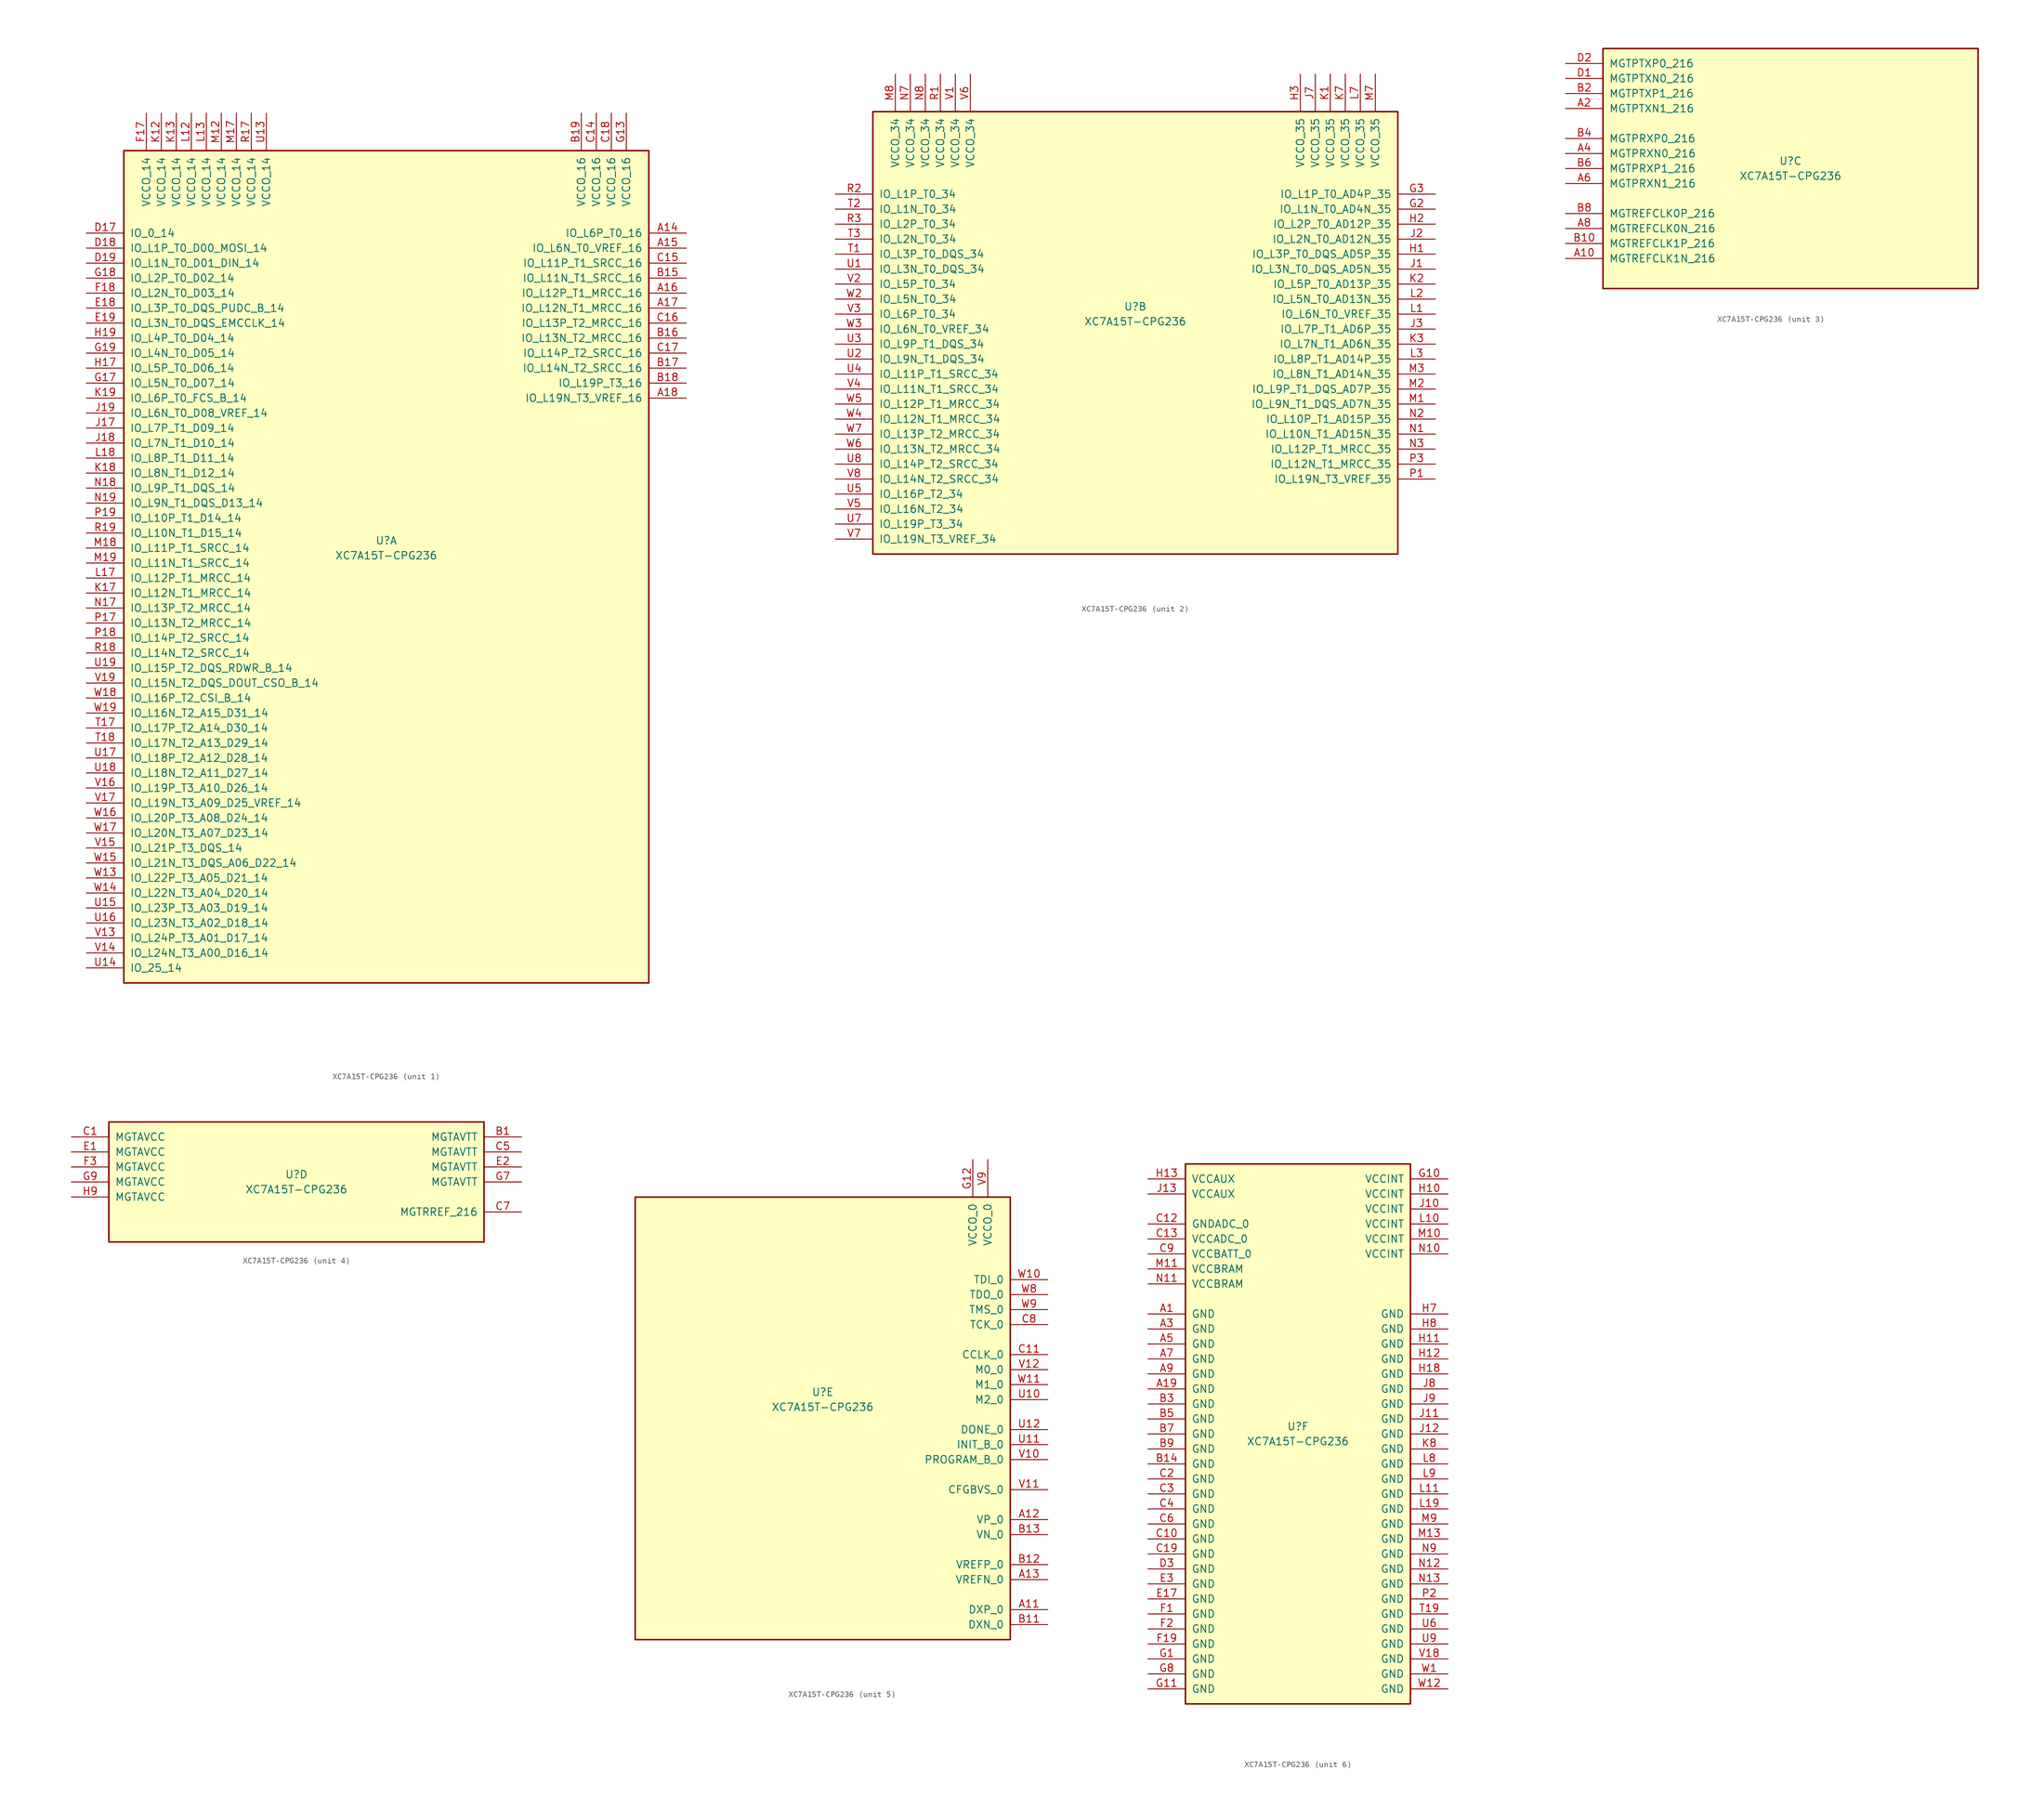
<source format=kicad_sym>
(kicad_symbol_lib
  (version 20201005)
  (generator kicad_symbol_editor)
  (symbol "XC7A15T-CPG236"
    (pin_names
      (offset 1.016))
    (property "Reference" "U"
      (at 0 1.27 0)
      (effects (font (size 1.27 1.27))))
    (property "Value" "XC7A15T-CPG236"
      (at 0 -1.27 0)
      (effects (font (size 1.27 1.27))))
    (property "Datasheet" ""
      (at 0 0 0)
      (effects (font (size 1.27 1.27))))
    (property "ki_locked" ""
      (at 0 0 0)
      (effects (font (size 1.27 1.27))))
    (symbol "XC7A15T-CPG236_1_1"
      (rectangle (start -44.45 67.31) (end 44.45 -73.66) (stroke (width 0.254)) (fill (type background)))
      (pin bidirectional line (at 50.8 53.34 180) (length 6.35) (name "IO_L6P_T0_16" (effects (font (size 1.27 1.27)))) (number "A14" (effects (font (size 1.27 1.27)))))
      (pin bidirectional line (at 50.8 50.8 180) (length 6.35) (name "IO_L6N_T0_VREF_16" (effects (font (size 1.27 1.27)))) (number "A15" (effects (font (size 1.27 1.27)))))
      (pin bidirectional line (at 50.8 43.18 180) (length 6.35) (name "IO_L12P_T1_MRCC_16" (effects (font (size 1.27 1.27)))) (number "A16" (effects (font (size 1.27 1.27)))))
      (pin bidirectional line (at 50.8 40.64 180) (length 6.35) (name "IO_L12N_T1_MRCC_16" (effects (font (size 1.27 1.27)))) (number "A17" (effects (font (size 1.27 1.27)))))
      (pin bidirectional line (at 50.8 25.4 180) (length 6.35) (name "IO_L19N_T3_VREF_16" (effects (font (size 1.27 1.27)))) (number "A18" (effects (font (size 1.27 1.27)))))
      (pin bidirectional line (at 50.8 45.72 180) (length 6.35) (name "IO_L11N_T1_SRCC_16" (effects (font (size 1.27 1.27)))) (number "B15" (effects (font (size 1.27 1.27)))))
      (pin bidirectional line (at 50.8 35.56 180) (length 6.35) (name "IO_L13N_T2_MRCC_16" (effects (font (size 1.27 1.27)))) (number "B16" (effects (font (size 1.27 1.27)))))
      (pin bidirectional line (at 50.8 30.48 180) (length 6.35) (name "IO_L14N_T2_SRCC_16" (effects (font (size 1.27 1.27)))) (number "B17" (effects (font (size 1.27 1.27)))))
      (pin bidirectional line (at 50.8 27.94 180) (length 6.35) (name "IO_L19P_T3_16" (effects (font (size 1.27 1.27)))) (number "B18" (effects (font (size 1.27 1.27)))))
      (pin power_in line (at 33.02 73.66 270) (length 6.35) (name "VCCO_16" (effects (font (size 1.27 1.27)))) (number "B19" (effects (font (size 1.27 1.27)))))
      (pin power_in line (at 35.56 73.66 270) (length 6.35) (name "VCCO_16" (effects (font (size 1.27 1.27)))) (number "C14" (effects (font (size 1.27 1.27)))))
      (pin bidirectional line (at 50.8 48.26 180) (length 6.35) (name "IO_L11P_T1_SRCC_16" (effects (font (size 1.27 1.27)))) (number "C15" (effects (font (size 1.27 1.27)))))
      (pin bidirectional line (at 50.8 38.1 180) (length 6.35) (name "IO_L13P_T2_MRCC_16" (effects (font (size 1.27 1.27)))) (number "C16" (effects (font (size 1.27 1.27)))))
      (pin bidirectional line (at 50.8 33.02 180) (length 6.35) (name "IO_L14P_T2_SRCC_16" (effects (font (size 1.27 1.27)))) (number "C17" (effects (font (size 1.27 1.27)))))
      (pin power_in line (at 38.1 73.66 270) (length 6.35) (name "VCCO_16" (effects (font (size 1.27 1.27)))) (number "C18" (effects (font (size 1.27 1.27)))))
      (pin bidirectional line (at -50.8 53.34 0) (length 6.35) (name "IO_0_14" (effects (font (size 1.27 1.27)))) (number "D17" (effects (font (size 1.27 1.27)))))
      (pin bidirectional line (at -50.8 50.8 0) (length 6.35) (name "IO_L1P_T0_D00_MOSI_14" (effects (font (size 1.27 1.27)))) (number "D18" (effects (font (size 1.27 1.27)))))
      (pin bidirectional line (at -50.8 48.26 0) (length 6.35) (name "IO_L1N_T0_D01_DIN_14" (effects (font (size 1.27 1.27)))) (number "D19" (effects (font (size 1.27 1.27)))))
      (pin bidirectional line (at -50.8 40.64 0) (length 6.35) (name "IO_L3P_T0_DQS_PUDC_B_14" (effects (font (size 1.27 1.27)))) (number "E18" (effects (font (size 1.27 1.27)))))
      (pin bidirectional line (at -50.8 38.1 0) (length 6.35) (name "IO_L3N_T0_DQS_EMCCLK_14" (effects (font (size 1.27 1.27)))) (number "E19" (effects (font (size 1.27 1.27)))))
      (pin power_in line (at -40.64 73.66 270) (length 6.35) (name "VCCO_14" (effects (font (size 1.27 1.27)))) (number "F17" (effects (font (size 1.27 1.27)))))
      (pin bidirectional line (at -50.8 43.18 0) (length 6.35) (name "IO_L2N_T0_D03_14" (effects (font (size 1.27 1.27)))) (number "F18" (effects (font (size 1.27 1.27)))))
      (pin power_in line (at 40.64 73.66 270) (length 6.35) (name "VCCO_16" (effects (font (size 1.27 1.27)))) (number "G13" (effects (font (size 1.27 1.27)))))
      (pin bidirectional line (at -50.8 27.94 0) (length 6.35) (name "IO_L5N_T0_D07_14" (effects (font (size 1.27 1.27)))) (number "G17" (effects (font (size 1.27 1.27)))))
      (pin bidirectional line (at -50.8 45.72 0) (length 6.35) (name "IO_L2P_T0_D02_14" (effects (font (size 1.27 1.27)))) (number "G18" (effects (font (size 1.27 1.27)))))
      (pin bidirectional line (at -50.8 33.02 0) (length 6.35) (name "IO_L4N_T0_D05_14" (effects (font (size 1.27 1.27)))) (number "G19" (effects (font (size 1.27 1.27)))))
      (pin bidirectional line (at -50.8 30.48 0) (length 6.35) (name "IO_L5P_T0_D06_14" (effects (font (size 1.27 1.27)))) (number "H17" (effects (font (size 1.27 1.27)))))
      (pin bidirectional line (at -50.8 35.56 0) (length 6.35) (name "IO_L4P_T0_D04_14" (effects (font (size 1.27 1.27)))) (number "H19" (effects (font (size 1.27 1.27)))))
      (pin bidirectional line (at -50.8 20.32 0) (length 6.35) (name "IO_L7P_T1_D09_14" (effects (font (size 1.27 1.27)))) (number "J17" (effects (font (size 1.27 1.27)))))
      (pin bidirectional line (at -50.8 17.78 0) (length 6.35) (name "IO_L7N_T1_D10_14" (effects (font (size 1.27 1.27)))) (number "J18" (effects (font (size 1.27 1.27)))))
      (pin bidirectional line (at -50.8 22.86 0) (length 6.35) (name "IO_L6N_T0_D08_VREF_14" (effects (font (size 1.27 1.27)))) (number "J19" (effects (font (size 1.27 1.27)))))
      (pin power_in line (at -38.1 73.66 270) (length 6.35) (name "VCCO_14" (effects (font (size 1.27 1.27)))) (number "K12" (effects (font (size 1.27 1.27)))))
      (pin power_in line (at -35.56 73.66 270) (length 6.35) (name "VCCO_14" (effects (font (size 1.27 1.27)))) (number "K13" (effects (font (size 1.27 1.27)))))
      (pin bidirectional line (at -50.8 -7.62 0) (length 6.35) (name "IO_L12N_T1_MRCC_14" (effects (font (size 1.27 1.27)))) (number "K17" (effects (font (size 1.27 1.27)))))
      (pin bidirectional line (at -50.8 12.7 0) (length 6.35) (name "IO_L8N_T1_D12_14" (effects (font (size 1.27 1.27)))) (number "K18" (effects (font (size 1.27 1.27)))))
      (pin bidirectional line (at -50.8 25.4 0) (length 6.35) (name "IO_L6P_T0_FCS_B_14" (effects (font (size 1.27 1.27)))) (number "K19" (effects (font (size 1.27 1.27)))))
      (pin power_in line (at -33.02 73.66 270) (length 6.35) (name "VCCO_14" (effects (font (size 1.27 1.27)))) (number "L12" (effects (font (size 1.27 1.27)))))
      (pin power_in line (at -30.48 73.66 270) (length 6.35) (name "VCCO_14" (effects (font (size 1.27 1.27)))) (number "L13" (effects (font (size 1.27 1.27)))))
      (pin bidirectional line (at -50.8 -5.08 0) (length 6.35) (name "IO_L12P_T1_MRCC_14" (effects (font (size 1.27 1.27)))) (number "L17" (effects (font (size 1.27 1.27)))))
      (pin bidirectional line (at -50.8 15.24 0) (length 6.35) (name "IO_L8P_T1_D11_14" (effects (font (size 1.27 1.27)))) (number "L18" (effects (font (size 1.27 1.27)))))
      (pin power_in line (at -27.94 73.66 270) (length 6.35) (name "VCCO_14" (effects (font (size 1.27 1.27)))) (number "M12" (effects (font (size 1.27 1.27)))))
      (pin power_in line (at -25.4 73.66 270) (length 6.35) (name "VCCO_14" (effects (font (size 1.27 1.27)))) (number "M17" (effects (font (size 1.27 1.27)))))
      (pin bidirectional line (at -50.8 0 0) (length 6.35) (name "IO_L11P_T1_SRCC_14" (effects (font (size 1.27 1.27)))) (number "M18" (effects (font (size 1.27 1.27)))))
      (pin bidirectional line (at -50.8 -2.54 0) (length 6.35) (name "IO_L11N_T1_SRCC_14" (effects (font (size 1.27 1.27)))) (number "M19" (effects (font (size 1.27 1.27)))))
      (pin bidirectional line (at -50.8 -10.16 0) (length 6.35) (name "IO_L13P_T2_MRCC_14" (effects (font (size 1.27 1.27)))) (number "N17" (effects (font (size 1.27 1.27)))))
      (pin bidirectional line (at -50.8 10.16 0) (length 6.35) (name "IO_L9P_T1_DQS_14" (effects (font (size 1.27 1.27)))) (number "N18" (effects (font (size 1.27 1.27)))))
      (pin bidirectional line (at -50.8 7.62 0) (length 6.35) (name "IO_L9N_T1_DQS_D13_14" (effects (font (size 1.27 1.27)))) (number "N19" (effects (font (size 1.27 1.27)))))
      (pin bidirectional line (at -50.8 -12.7 0) (length 6.35) (name "IO_L13N_T2_MRCC_14" (effects (font (size 1.27 1.27)))) (number "P17" (effects (font (size 1.27 1.27)))))
      (pin bidirectional line (at -50.8 -15.24 0) (length 6.35) (name "IO_L14P_T2_SRCC_14" (effects (font (size 1.27 1.27)))) (number "P18" (effects (font (size 1.27 1.27)))))
      (pin bidirectional line (at -50.8 5.08 0) (length 6.35) (name "IO_L10P_T1_D14_14" (effects (font (size 1.27 1.27)))) (number "P19" (effects (font (size 1.27 1.27)))))
      (pin power_in line (at -22.86 73.66 270) (length 6.35) (name "VCCO_14" (effects (font (size 1.27 1.27)))) (number "R17" (effects (font (size 1.27 1.27)))))
      (pin bidirectional line (at -50.8 -17.78 0) (length 6.35) (name "IO_L14N_T2_SRCC_14" (effects (font (size 1.27 1.27)))) (number "R18" (effects (font (size 1.27 1.27)))))
      (pin bidirectional line (at -50.8 2.54 0) (length 6.35) (name "IO_L10N_T1_D15_14" (effects (font (size 1.27 1.27)))) (number "R19" (effects (font (size 1.27 1.27)))))
      (pin bidirectional line (at -50.8 -30.48 0) (length 6.35) (name "IO_L17P_T2_A14_D30_14" (effects (font (size 1.27 1.27)))) (number "T17" (effects (font (size 1.27 1.27)))))
      (pin bidirectional line (at -50.8 -33.02 0) (length 6.35) (name "IO_L17N_T2_A13_D29_14" (effects (font (size 1.27 1.27)))) (number "T18" (effects (font (size 1.27 1.27)))))
      (pin power_in line (at -20.32 73.66 270) (length 6.35) (name "VCCO_14" (effects (font (size 1.27 1.27)))) (number "U13" (effects (font (size 1.27 1.27)))))
      (pin bidirectional line (at -50.8 -71.12 0) (length 6.35) (name "IO_25_14" (effects (font (size 1.27 1.27)))) (number "U14" (effects (font (size 1.27 1.27)))))
      (pin bidirectional line (at -50.8 -60.96 0) (length 6.35) (name "IO_L23P_T3_A03_D19_14" (effects (font (size 1.27 1.27)))) (number "U15" (effects (font (size 1.27 1.27)))))
      (pin bidirectional line (at -50.8 -63.5 0) (length 6.35) (name "IO_L23N_T3_A02_D18_14" (effects (font (size 1.27 1.27)))) (number "U16" (effects (font (size 1.27 1.27)))))
      (pin bidirectional line (at -50.8 -35.56 0) (length 6.35) (name "IO_L18P_T2_A12_D28_14" (effects (font (size 1.27 1.27)))) (number "U17" (effects (font (size 1.27 1.27)))))
      (pin bidirectional line (at -50.8 -38.1 0) (length 6.35) (name "IO_L18N_T2_A11_D27_14" (effects (font (size 1.27 1.27)))) (number "U18" (effects (font (size 1.27 1.27)))))
      (pin bidirectional line (at -50.8 -20.32 0) (length 6.35) (name "IO_L15P_T2_DQS_RDWR_B_14" (effects (font (size 1.27 1.27)))) (number "U19" (effects (font (size 1.27 1.27)))))
      (pin bidirectional line (at -50.8 -66.04 0) (length 6.35) (name "IO_L24P_T3_A01_D17_14" (effects (font (size 1.27 1.27)))) (number "V13" (effects (font (size 1.27 1.27)))))
      (pin bidirectional line (at -50.8 -68.58 0) (length 6.35) (name "IO_L24N_T3_A00_D16_14" (effects (font (size 1.27 1.27)))) (number "V14" (effects (font (size 1.27 1.27)))))
      (pin bidirectional line (at -50.8 -50.8 0) (length 6.35) (name "IO_L21P_T3_DQS_14" (effects (font (size 1.27 1.27)))) (number "V15" (effects (font (size 1.27 1.27)))))
      (pin bidirectional line (at -50.8 -40.64 0) (length 6.35) (name "IO_L19P_T3_A10_D26_14" (effects (font (size 1.27 1.27)))) (number "V16" (effects (font (size 1.27 1.27)))))
      (pin bidirectional line (at -50.8 -43.18 0) (length 6.35) (name "IO_L19N_T3_A09_D25_VREF_14" (effects (font (size 1.27 1.27)))) (number "V17" (effects (font (size 1.27 1.27)))))
      (pin bidirectional line (at -50.8 -22.86 0) (length 6.35) (name "IO_L15N_T2_DQS_DOUT_CSO_B_14" (effects (font (size 1.27 1.27)))) (number "V19" (effects (font (size 1.27 1.27)))))
      (pin bidirectional line (at -50.8 -55.88 0) (length 6.35) (name "IO_L22P_T3_A05_D21_14" (effects (font (size 1.27 1.27)))) (number "W13" (effects (font (size 1.27 1.27)))))
      (pin bidirectional line (at -50.8 -58.42 0) (length 6.35) (name "IO_L22N_T3_A04_D20_14" (effects (font (size 1.27 1.27)))) (number "W14" (effects (font (size 1.27 1.27)))))
      (pin bidirectional line (at -50.8 -53.34 0) (length 6.35) (name "IO_L21N_T3_DQS_A06_D22_14" (effects (font (size 1.27 1.27)))) (number "W15" (effects (font (size 1.27 1.27)))))
      (pin bidirectional line (at -50.8 -45.72 0) (length 6.35) (name "IO_L20P_T3_A08_D24_14" (effects (font (size 1.27 1.27)))) (number "W16" (effects (font (size 1.27 1.27)))))
      (pin bidirectional line (at -50.8 -48.26 0) (length 6.35) (name "IO_L20N_T3_A07_D23_14" (effects (font (size 1.27 1.27)))) (number "W17" (effects (font (size 1.27 1.27)))))
      (pin bidirectional line (at -50.8 -25.4 0) (length 6.35) (name "IO_L16P_T2_CSI_B_14" (effects (font (size 1.27 1.27)))) (number "W18" (effects (font (size 1.27 1.27)))))
      (pin bidirectional line (at -50.8 -27.94 0) (length 6.35) (name "IO_L16N_T2_A15_D31_14" (effects (font (size 1.27 1.27)))) (number "W19" (effects (font (size 1.27 1.27))))))
    (symbol "XC7A15T-CPG236_2_1"
      (rectangle (start -44.45 34.29) (end 44.45 -40.64) (stroke (width 0.254)) (fill (type background)))
      (pin bidirectional line (at 50.8 17.78 180) (length 6.35) (name "IO_L1N_T0_AD4N_35" (effects (font (size 1.27 1.27)))) (number "G2" (effects (font (size 1.27 1.27)))))
      (pin bidirectional line (at 50.8 20.32 180) (length 6.35) (name "IO_L1P_T0_AD4P_35" (effects (font (size 1.27 1.27)))) (number "G3" (effects (font (size 1.27 1.27)))))
      (pin bidirectional line (at 50.8 10.16 180) (length 6.35) (name "IO_L3P_T0_DQS_AD5P_35" (effects (font (size 1.27 1.27)))) (number "H1" (effects (font (size 1.27 1.27)))))
      (pin bidirectional line (at 50.8 15.24 180) (length 6.35) (name "IO_L2P_T0_AD12P_35" (effects (font (size 1.27 1.27)))) (number "H2" (effects (font (size 1.27 1.27)))))
      (pin power_in line (at 27.94 40.64 270) (length 6.35) (name "VCCO_35" (effects (font (size 1.27 1.27)))) (number "H3" (effects (font (size 1.27 1.27)))))
      (pin bidirectional line (at 50.8 7.62 180) (length 6.35) (name "IO_L3N_T0_DQS_AD5N_35" (effects (font (size 1.27 1.27)))) (number "J1" (effects (font (size 1.27 1.27)))))
      (pin bidirectional line (at 50.8 12.7 180) (length 6.35) (name "IO_L2N_T0_AD12N_35" (effects (font (size 1.27 1.27)))) (number "J2" (effects (font (size 1.27 1.27)))))
      (pin bidirectional line (at 50.8 -2.54 180) (length 6.35) (name "IO_L7P_T1_AD6P_35" (effects (font (size 1.27 1.27)))) (number "J3" (effects (font (size 1.27 1.27)))))
      (pin power_in line (at 30.48 40.64 270) (length 6.35) (name "VCCO_35" (effects (font (size 1.27 1.27)))) (number "J7" (effects (font (size 1.27 1.27)))))
      (pin power_in line (at 33.02 40.64 270) (length 6.35) (name "VCCO_35" (effects (font (size 1.27 1.27)))) (number "K1" (effects (font (size 1.27 1.27)))))
      (pin bidirectional line (at 50.8 5.08 180) (length 6.35) (name "IO_L5P_T0_AD13P_35" (effects (font (size 1.27 1.27)))) (number "K2" (effects (font (size 1.27 1.27)))))
      (pin bidirectional line (at 50.8 -5.08 180) (length 6.35) (name "IO_L7N_T1_AD6N_35" (effects (font (size 1.27 1.27)))) (number "K3" (effects (font (size 1.27 1.27)))))
      (pin power_in line (at 35.56 40.64 270) (length 6.35) (name "VCCO_35" (effects (font (size 1.27 1.27)))) (number "K7" (effects (font (size 1.27 1.27)))))
      (pin bidirectional line (at 50.8 0 180) (length 6.35) (name "IO_L6N_T0_VREF_35" (effects (font (size 1.27 1.27)))) (number "L1" (effects (font (size 1.27 1.27)))))
      (pin bidirectional line (at 50.8 2.54 180) (length 6.35) (name "IO_L5N_T0_AD13N_35" (effects (font (size 1.27 1.27)))) (number "L2" (effects (font (size 1.27 1.27)))))
      (pin bidirectional line (at 50.8 -7.62 180) (length 6.35) (name "IO_L8P_T1_AD14P_35" (effects (font (size 1.27 1.27)))) (number "L3" (effects (font (size 1.27 1.27)))))
      (pin power_in line (at 38.1 40.64 270) (length 6.35) (name "VCCO_35" (effects (font (size 1.27 1.27)))) (number "L7" (effects (font (size 1.27 1.27)))))
      (pin bidirectional line (at 50.8 -15.24 180) (length 6.35) (name "IO_L9N_T1_DQS_AD7N_35" (effects (font (size 1.27 1.27)))) (number "M1" (effects (font (size 1.27 1.27)))))
      (pin bidirectional line (at 50.8 -12.7 180) (length 6.35) (name "IO_L9P_T1_DQS_AD7P_35" (effects (font (size 1.27 1.27)))) (number "M2" (effects (font (size 1.27 1.27)))))
      (pin bidirectional line (at 50.8 -10.16 180) (length 6.35) (name "IO_L8N_T1_AD14N_35" (effects (font (size 1.27 1.27)))) (number "M3" (effects (font (size 1.27 1.27)))))
      (pin power_in line (at 40.64 40.64 270) (length 6.35) (name "VCCO_35" (effects (font (size 1.27 1.27)))) (number "M7" (effects (font (size 1.27 1.27)))))
      (pin power_in line (at -40.64 40.64 270) (length 6.35) (name "VCCO_34" (effects (font (size 1.27 1.27)))) (number "M8" (effects (font (size 1.27 1.27)))))
      (pin bidirectional line (at 50.8 -20.32 180) (length 6.35) (name "IO_L10N_T1_AD15N_35" (effects (font (size 1.27 1.27)))) (number "N1" (effects (font (size 1.27 1.27)))))
      (pin bidirectional line (at 50.8 -17.78 180) (length 6.35) (name "IO_L10P_T1_AD15P_35" (effects (font (size 1.27 1.27)))) (number "N2" (effects (font (size 1.27 1.27)))))
      (pin bidirectional line (at 50.8 -22.86 180) (length 6.35) (name "IO_L12P_T1_MRCC_35" (effects (font (size 1.27 1.27)))) (number "N3" (effects (font (size 1.27 1.27)))))
      (pin power_in line (at -38.1 40.64 270) (length 6.35) (name "VCCO_34" (effects (font (size 1.27 1.27)))) (number "N7" (effects (font (size 1.27 1.27)))))
      (pin power_in line (at -35.56 40.64 270) (length 6.35) (name "VCCO_34" (effects (font (size 1.27 1.27)))) (number "N8" (effects (font (size 1.27 1.27)))))
      (pin bidirectional line (at 50.8 -27.94 180) (length 6.35) (name "IO_L19N_T3_VREF_35" (effects (font (size 1.27 1.27)))) (number "P1" (effects (font (size 1.27 1.27)))))
      (pin bidirectional line (at 50.8 -25.4 180) (length 6.35) (name "IO_L12N_T1_MRCC_35" (effects (font (size 1.27 1.27)))) (number "P3" (effects (font (size 1.27 1.27)))))
      (pin power_in line (at -33.02 40.64 270) (length 6.35) (name "VCCO_34" (effects (font (size 1.27 1.27)))) (number "R1" (effects (font (size 1.27 1.27)))))
      (pin bidirectional line (at -50.8 20.32 0) (length 6.35) (name "IO_L1P_T0_34" (effects (font (size 1.27 1.27)))) (number "R2" (effects (font (size 1.27 1.27)))))
      (pin bidirectional line (at -50.8 15.24 0) (length 6.35) (name "IO_L2P_T0_34" (effects (font (size 1.27 1.27)))) (number "R3" (effects (font (size 1.27 1.27)))))
      (pin bidirectional line (at -50.8 10.16 0) (length 6.35) (name "IO_L3P_T0_DQS_34" (effects (font (size 1.27 1.27)))) (number "T1" (effects (font (size 1.27 1.27)))))
      (pin bidirectional line (at -50.8 17.78 0) (length 6.35) (name "IO_L1N_T0_34" (effects (font (size 1.27 1.27)))) (number "T2" (effects (font (size 1.27 1.27)))))
      (pin bidirectional line (at -50.8 12.7 0) (length 6.35) (name "IO_L2N_T0_34" (effects (font (size 1.27 1.27)))) (number "T3" (effects (font (size 1.27 1.27)))))
      (pin bidirectional line (at -50.8 7.62 0) (length 6.35) (name "IO_L3N_T0_DQS_34" (effects (font (size 1.27 1.27)))) (number "U1" (effects (font (size 1.27 1.27)))))
      (pin bidirectional line (at -50.8 -7.62 0) (length 6.35) (name "IO_L9N_T1_DQS_34" (effects (font (size 1.27 1.27)))) (number "U2" (effects (font (size 1.27 1.27)))))
      (pin bidirectional line (at -50.8 -5.08 0) (length 6.35) (name "IO_L9P_T1_DQS_34" (effects (font (size 1.27 1.27)))) (number "U3" (effects (font (size 1.27 1.27)))))
      (pin bidirectional line (at -50.8 -10.16 0) (length 6.35) (name "IO_L11P_T1_SRCC_34" (effects (font (size 1.27 1.27)))) (number "U4" (effects (font (size 1.27 1.27)))))
      (pin bidirectional line (at -50.8 -30.48 0) (length 6.35) (name "IO_L16P_T2_34" (effects (font (size 1.27 1.27)))) (number "U5" (effects (font (size 1.27 1.27)))))
      (pin bidirectional line (at -50.8 -35.56 0) (length 6.35) (name "IO_L19P_T3_34" (effects (font (size 1.27 1.27)))) (number "U7" (effects (font (size 1.27 1.27)))))
      (pin bidirectional line (at -50.8 -25.4 0) (length 6.35) (name "IO_L14P_T2_SRCC_34" (effects (font (size 1.27 1.27)))) (number "U8" (effects (font (size 1.27 1.27)))))
      (pin power_in line (at -30.48 40.64 270) (length 6.35) (name "VCCO_34" (effects (font (size 1.27 1.27)))) (number "V1" (effects (font (size 1.27 1.27)))))
      (pin bidirectional line (at -50.8 5.08 0) (length 6.35) (name "IO_L5P_T0_34" (effects (font (size 1.27 1.27)))) (number "V2" (effects (font (size 1.27 1.27)))))
      (pin bidirectional line (at -50.8 0 0) (length 6.35) (name "IO_L6P_T0_34" (effects (font (size 1.27 1.27)))) (number "V3" (effects (font (size 1.27 1.27)))))
      (pin bidirectional line (at -50.8 -12.7 0) (length 6.35) (name "IO_L11N_T1_SRCC_34" (effects (font (size 1.27 1.27)))) (number "V4" (effects (font (size 1.27 1.27)))))
      (pin bidirectional line (at -50.8 -33.02 0) (length 6.35) (name "IO_L16N_T2_34" (effects (font (size 1.27 1.27)))) (number "V5" (effects (font (size 1.27 1.27)))))
      (pin power_in line (at -27.94 40.64 270) (length 6.35) (name "VCCO_34" (effects (font (size 1.27 1.27)))) (number "V6" (effects (font (size 1.27 1.27)))))
      (pin bidirectional line (at -50.8 -38.1 0) (length 6.35) (name "IO_L19N_T3_VREF_34" (effects (font (size 1.27 1.27)))) (number "V7" (effects (font (size 1.27 1.27)))))
      (pin bidirectional line (at -50.8 -27.94 0) (length 6.35) (name "IO_L14N_T2_SRCC_34" (effects (font (size 1.27 1.27)))) (number "V8" (effects (font (size 1.27 1.27)))))
      (pin bidirectional line (at -50.8 2.54 0) (length 6.35) (name "IO_L5N_T0_34" (effects (font (size 1.27 1.27)))) (number "W2" (effects (font (size 1.27 1.27)))))
      (pin bidirectional line (at -50.8 -2.54 0) (length 6.35) (name "IO_L6N_T0_VREF_34" (effects (font (size 1.27 1.27)))) (number "W3" (effects (font (size 1.27 1.27)))))
      (pin bidirectional line (at -50.8 -17.78 0) (length 6.35) (name "IO_L12N_T1_MRCC_34" (effects (font (size 1.27 1.27)))) (number "W4" (effects (font (size 1.27 1.27)))))
      (pin bidirectional line (at -50.8 -15.24 0) (length 6.35) (name "IO_L12P_T1_MRCC_34" (effects (font (size 1.27 1.27)))) (number "W5" (effects (font (size 1.27 1.27)))))
      (pin bidirectional line (at -50.8 -22.86 0) (length 6.35) (name "IO_L13N_T2_MRCC_34" (effects (font (size 1.27 1.27)))) (number "W6" (effects (font (size 1.27 1.27)))))
      (pin bidirectional line (at -50.8 -20.32 0) (length 6.35) (name "IO_L13P_T2_MRCC_34" (effects (font (size 1.27 1.27)))) (number "W7" (effects (font (size 1.27 1.27))))))
    (symbol "XC7A15T-CPG236_3_1"
      (rectangle (start -31.75 20.32) (end 31.75 -20.32) (stroke (width 0.254)) (fill (type background)))
      (pin bidirectional line (at -38.1 -15.24 0) (length 6.35) (name "MGTREFCLK1N_216" (effects (font (size 1.27 1.27)))) (number "A10" (effects (font (size 1.27 1.27)))))
      (pin bidirectional line (at -38.1 10.16 0) (length 6.35) (name "MGTPTXN1_216" (effects (font (size 1.27 1.27)))) (number "A2" (effects (font (size 1.27 1.27)))))
      (pin bidirectional line (at -38.1 2.54 0) (length 6.35) (name "MGTPRXN0_216" (effects (font (size 1.27 1.27)))) (number "A4" (effects (font (size 1.27 1.27)))))
      (pin bidirectional line (at -38.1 -2.54 0) (length 6.35) (name "MGTPRXN1_216" (effects (font (size 1.27 1.27)))) (number "A6" (effects (font (size 1.27 1.27)))))
      (pin bidirectional line (at -38.1 -10.16 0) (length 6.35) (name "MGTREFCLK0N_216" (effects (font (size 1.27 1.27)))) (number "A8" (effects (font (size 1.27 1.27)))))
      (pin bidirectional line (at -38.1 -12.7 0) (length 6.35) (name "MGTREFCLK1P_216" (effects (font (size 1.27 1.27)))) (number "B10" (effects (font (size 1.27 1.27)))))
      (pin bidirectional line (at -38.1 12.7 0) (length 6.35) (name "MGTPTXP1_216" (effects (font (size 1.27 1.27)))) (number "B2" (effects (font (size 1.27 1.27)))))
      (pin bidirectional line (at -38.1 5.08 0) (length 6.35) (name "MGTPRXP0_216" (effects (font (size 1.27 1.27)))) (number "B4" (effects (font (size 1.27 1.27)))))
      (pin bidirectional line (at -38.1 0 0) (length 6.35) (name "MGTPRXP1_216" (effects (font (size 1.27 1.27)))) (number "B6" (effects (font (size 1.27 1.27)))))
      (pin bidirectional line (at -38.1 -7.62 0) (length 6.35) (name "MGTREFCLK0P_216" (effects (font (size 1.27 1.27)))) (number "B8" (effects (font (size 1.27 1.27)))))
      (pin bidirectional line (at -38.1 15.24 0) (length 6.35) (name "MGTPTXN0_216" (effects (font (size 1.27 1.27)))) (number "D1" (effects (font (size 1.27 1.27)))))
      (pin bidirectional line (at -38.1 17.78 0) (length 6.35) (name "MGTPTXP0_216" (effects (font (size 1.27 1.27)))) (number "D2" (effects (font (size 1.27 1.27))))))
    (symbol "XC7A15T-CPG236_4_1"
      (rectangle (start -31.75 10.16) (end 31.75 -10.16) (stroke (width 0.254)) (fill (type background)))
      (pin power_in line (at 38.1 7.62 180) (length 6.35) (name "MGTAVTT" (effects (font (size 1.27 1.27)))) (number "B1" (effects (font (size 1.27 1.27)))))
      (pin power_in line (at -38.1 7.62 0) (length 6.35) (name "MGTAVCC" (effects (font (size 1.27 1.27)))) (number "C1" (effects (font (size 1.27 1.27)))))
      (pin power_in line (at 38.1 5.08 180) (length 6.35) (name "MGTAVTT" (effects (font (size 1.27 1.27)))) (number "C5" (effects (font (size 1.27 1.27)))))
      (pin power_in line (at 38.1 -5.08 180) (length 6.35) (name "MGTRREF_216" (effects (font (size 1.27 1.27)))) (number "C7" (effects (font (size 1.27 1.27)))))
      (pin power_in line (at -38.1 5.08 0) (length 6.35) (name "MGTAVCC" (effects (font (size 1.27 1.27)))) (number "E1" (effects (font (size 1.27 1.27)))))
      (pin power_in line (at 38.1 2.54 180) (length 6.35) (name "MGTAVTT" (effects (font (size 1.27 1.27)))) (number "E2" (effects (font (size 1.27 1.27)))))
      (pin power_in line (at -38.1 2.54 0) (length 6.35) (name "MGTAVCC" (effects (font (size 1.27 1.27)))) (number "F3" (effects (font (size 1.27 1.27)))))
      (pin power_in line (at 38.1 0 180) (length 6.35) (name "MGTAVTT" (effects (font (size 1.27 1.27)))) (number "G7" (effects (font (size 1.27 1.27)))))
      (pin power_in line (at -38.1 0 0) (length 6.35) (name "MGTAVCC" (effects (font (size 1.27 1.27)))) (number "G9" (effects (font (size 1.27 1.27)))))
      (pin power_in line (at -38.1 -2.54 0) (length 6.35) (name "MGTAVCC" (effects (font (size 1.27 1.27)))) (number "H9" (effects (font (size 1.27 1.27))))))
    (symbol "XC7A15T-CPG236_5_1"
      (rectangle (start -31.75 34.29) (end 31.75 -40.64) (stroke (width 0.254)) (fill (type background)))
      (pin bidirectional line (at 38.1 -35.56 180) (length 6.35) (name "DXP_0" (effects (font (size 1.27 1.27)))) (number "A11" (effects (font (size 1.27 1.27)))))
      (pin bidirectional line (at 38.1 -20.32 180) (length 6.35) (name "VP_0" (effects (font (size 1.27 1.27)))) (number "A12" (effects (font (size 1.27 1.27)))))
      (pin bidirectional line (at 38.1 -30.48 180) (length 6.35) (name "VREFN_0" (effects (font (size 1.27 1.27)))) (number "A13" (effects (font (size 1.27 1.27)))))
      (pin bidirectional line (at 38.1 -38.1 180) (length 6.35) (name "DXN_0" (effects (font (size 1.27 1.27)))) (number "B11" (effects (font (size 1.27 1.27)))))
      (pin bidirectional line (at 38.1 -27.94 180) (length 6.35) (name "VREFP_0" (effects (font (size 1.27 1.27)))) (number "B12" (effects (font (size 1.27 1.27)))))
      (pin bidirectional line (at 38.1 -22.86 180) (length 6.35) (name "VN_0" (effects (font (size 1.27 1.27)))) (number "B13" (effects (font (size 1.27 1.27)))))
      (pin bidirectional line (at 38.1 7.62 180) (length 6.35) (name "CCLK_0" (effects (font (size 1.27 1.27)))) (number "C11" (effects (font (size 1.27 1.27)))))
      (pin bidirectional line (at 38.1 12.7 180) (length 6.35) (name "TCK_0" (effects (font (size 1.27 1.27)))) (number "C8" (effects (font (size 1.27 1.27)))))
      (pin power_in line (at 25.4 40.64 270) (length 6.35) (name "VCCO_0" (effects (font (size 1.27 1.27)))) (number "G12" (effects (font (size 1.27 1.27)))))
      (pin bidirectional line (at 38.1 0 180) (length 6.35) (name "M2_0" (effects (font (size 1.27 1.27)))) (number "U10" (effects (font (size 1.27 1.27)))))
      (pin bidirectional line (at 38.1 -7.62 180) (length 6.35) (name "INIT_B_0" (effects (font (size 1.27 1.27)))) (number "U11" (effects (font (size 1.27 1.27)))))
      (pin bidirectional line (at 38.1 -5.08 180) (length 6.35) (name "DONE_0" (effects (font (size 1.27 1.27)))) (number "U12" (effects (font (size 1.27 1.27)))))
      (pin bidirectional line (at 38.1 -10.16 180) (length 6.35) (name "PROGRAM_B_0" (effects (font (size 1.27 1.27)))) (number "V10" (effects (font (size 1.27 1.27)))))
      (pin bidirectional line (at 38.1 -15.24 180) (length 6.35) (name "CFGBVS_0" (effects (font (size 1.27 1.27)))) (number "V11" (effects (font (size 1.27 1.27)))))
      (pin bidirectional line (at 38.1 5.08 180) (length 6.35) (name "M0_0" (effects (font (size 1.27 1.27)))) (number "V12" (effects (font (size 1.27 1.27)))))
      (pin power_in line (at 27.94 40.64 270) (length 6.35) (name "VCCO_0" (effects (font (size 1.27 1.27)))) (number "V9" (effects (font (size 1.27 1.27)))))
      (pin bidirectional line (at 38.1 20.32 180) (length 6.35) (name "TDI_0" (effects (font (size 1.27 1.27)))) (number "W10" (effects (font (size 1.27 1.27)))))
      (pin bidirectional line (at 38.1 2.54 180) (length 6.35) (name "M1_0" (effects (font (size 1.27 1.27)))) (number "W11" (effects (font (size 1.27 1.27)))))
      (pin bidirectional line (at 38.1 17.78 180) (length 6.35) (name "TDO_0" (effects (font (size 1.27 1.27)))) (number "W8" (effects (font (size 1.27 1.27)))))
      (pin bidirectional line (at 38.1 15.24 180) (length 6.35) (name "TMS_0" (effects (font (size 1.27 1.27)))) (number "W9" (effects (font (size 1.27 1.27))))))
    (symbol "XC7A15T-CPG236_6_1"
      (rectangle (start -19.05 45.72) (end 19.05 -45.72) (stroke (width 0.254)) (fill (type background)))
      (pin power_in line (at -25.4 20.32 0) (length 6.35) (name "GND" (effects (font (size 1.27 1.27)))) (number "A1" (effects (font (size 1.27 1.27)))))
      (pin power_in line (at -25.4 7.62 0) (length 6.35) (name "GND" (effects (font (size 1.27 1.27)))) (number "A19" (effects (font (size 1.27 1.27)))))
      (pin power_in line (at -25.4 17.78 0) (length 6.35) (name "GND" (effects (font (size 1.27 1.27)))) (number "A3" (effects (font (size 1.27 1.27)))))
      (pin power_in line (at -25.4 15.24 0) (length 6.35) (name "GND" (effects (font (size 1.27 1.27)))) (number "A5" (effects (font (size 1.27 1.27)))))
      (pin power_in line (at -25.4 12.7 0) (length 6.35) (name "GND" (effects (font (size 1.27 1.27)))) (number "A7" (effects (font (size 1.27 1.27)))))
      (pin power_in line (at -25.4 10.16 0) (length 6.35) (name "GND" (effects (font (size 1.27 1.27)))) (number "A9" (effects (font (size 1.27 1.27)))))
      (pin power_in line (at -25.4 -5.08 0) (length 6.35) (name "GND" (effects (font (size 1.27 1.27)))) (number "B14" (effects (font (size 1.27 1.27)))))
      (pin power_in line (at -25.4 5.08 0) (length 6.35) (name "GND" (effects (font (size 1.27 1.27)))) (number "B3" (effects (font (size 1.27 1.27)))))
      (pin power_in line (at -25.4 2.54 0) (length 6.35) (name "GND" (effects (font (size 1.27 1.27)))) (number "B5" (effects (font (size 1.27 1.27)))))
      (pin power_in line (at -25.4 0 0) (length 6.35) (name "GND" (effects (font (size 1.27 1.27)))) (number "B7" (effects (font (size 1.27 1.27)))))
      (pin power_in line (at -25.4 -2.54 0) (length 6.35) (name "GND" (effects (font (size 1.27 1.27)))) (number "B9" (effects (font (size 1.27 1.27)))))
      (pin power_in line (at -25.4 -17.78 0) (length 6.35) (name "GND" (effects (font (size 1.27 1.27)))) (number "C10" (effects (font (size 1.27 1.27)))))
      (pin power_in line (at -25.4 35.56 0) (length 6.35) (name "GNDADC_0" (effects (font (size 1.27 1.27)))) (number "C12" (effects (font (size 1.27 1.27)))))
      (pin power_in line (at -25.4 33.02 0) (length 6.35) (name "VCCADC_0" (effects (font (size 1.27 1.27)))) (number "C13" (effects (font (size 1.27 1.27)))))
      (pin power_in line (at -25.4 -20.32 0) (length 6.35) (name "GND" (effects (font (size 1.27 1.27)))) (number "C19" (effects (font (size 1.27 1.27)))))
      (pin power_in line (at -25.4 -7.62 0) (length 6.35) (name "GND" (effects (font (size 1.27 1.27)))) (number "C2" (effects (font (size 1.27 1.27)))))
      (pin power_in line (at -25.4 -10.16 0) (length 6.35) (name "GND" (effects (font (size 1.27 1.27)))) (number "C3" (effects (font (size 1.27 1.27)))))
      (pin power_in line (at -25.4 -12.7 0) (length 6.35) (name "GND" (effects (font (size 1.27 1.27)))) (number "C4" (effects (font (size 1.27 1.27)))))
      (pin power_in line (at -25.4 -15.24 0) (length 6.35) (name "GND" (effects (font (size 1.27 1.27)))) (number "C6" (effects (font (size 1.27 1.27)))))
      (pin power_in line (at -25.4 30.48 0) (length 6.35) (name "VCCBATT_0" (effects (font (size 1.27 1.27)))) (number "C9" (effects (font (size 1.27 1.27)))))
      (pin power_in line (at -25.4 -22.86 0) (length 6.35) (name "GND" (effects (font (size 1.27 1.27)))) (number "D3" (effects (font (size 1.27 1.27)))))
      (pin power_in line (at -25.4 -27.94 0) (length 6.35) (name "GND" (effects (font (size 1.27 1.27)))) (number "E17" (effects (font (size 1.27 1.27)))))
      (pin power_in line (at -25.4 -25.4 0) (length 6.35) (name "GND" (effects (font (size 1.27 1.27)))) (number "E3" (effects (font (size 1.27 1.27)))))
      (pin power_in line (at -25.4 -30.48 0) (length 6.35) (name "GND" (effects (font (size 1.27 1.27)))) (number "F1" (effects (font (size 1.27 1.27)))))
      (pin power_in line (at -25.4 -35.56 0) (length 6.35) (name "GND" (effects (font (size 1.27 1.27)))) (number "F19" (effects (font (size 1.27 1.27)))))
      (pin power_in line (at -25.4 -33.02 0) (length 6.35) (name "GND" (effects (font (size 1.27 1.27)))) (number "F2" (effects (font (size 1.27 1.27)))))
      (pin power_in line (at -25.4 -38.1 0) (length 6.35) (name "GND" (effects (font (size 1.27 1.27)))) (number "G1" (effects (font (size 1.27 1.27)))))
      (pin power_in line (at 25.4 43.18 180) (length 6.35) (name "VCCINT" (effects (font (size 1.27 1.27)))) (number "G10" (effects (font (size 1.27 1.27)))))
      (pin power_in line (at -25.4 -43.18 0) (length 6.35) (name "GND" (effects (font (size 1.27 1.27)))) (number "G11" (effects (font (size 1.27 1.27)))))
      (pin power_in line (at -25.4 -40.64 0) (length 6.35) (name "GND" (effects (font (size 1.27 1.27)))) (number "G8" (effects (font (size 1.27 1.27)))))
      (pin power_in line (at 25.4 40.64 180) (length 6.35) (name "VCCINT" (effects (font (size 1.27 1.27)))) (number "H10" (effects (font (size 1.27 1.27)))))
      (pin power_in line (at 25.4 15.24 180) (length 6.35) (name "GND" (effects (font (size 1.27 1.27)))) (number "H11" (effects (font (size 1.27 1.27)))))
      (pin power_in line (at 25.4 12.7 180) (length 6.35) (name "GND" (effects (font (size 1.27 1.27)))) (number "H12" (effects (font (size 1.27 1.27)))))
      (pin power_in line (at -25.4 43.18 0) (length 6.35) (name "VCCAUX" (effects (font (size 1.27 1.27)))) (number "H13" (effects (font (size 1.27 1.27)))))
      (pin power_in line (at 25.4 10.16 180) (length 6.35) (name "GND" (effects (font (size 1.27 1.27)))) (number "H18" (effects (font (size 1.27 1.27)))))
      (pin power_in line (at 25.4 20.32 180) (length 6.35) (name "GND" (effects (font (size 1.27 1.27)))) (number "H7" (effects (font (size 1.27 1.27)))))
      (pin power_in line (at 25.4 17.78 180) (length 6.35) (name "GND" (effects (font (size 1.27 1.27)))) (number "H8" (effects (font (size 1.27 1.27)))))
      (pin power_in line (at 25.4 38.1 180) (length 6.35) (name "VCCINT" (effects (font (size 1.27 1.27)))) (number "J10" (effects (font (size 1.27 1.27)))))
      (pin power_in line (at 25.4 2.54 180) (length 6.35) (name "GND" (effects (font (size 1.27 1.27)))) (number "J11" (effects (font (size 1.27 1.27)))))
      (pin power_in line (at 25.4 0 180) (length 6.35) (name "GND" (effects (font (size 1.27 1.27)))) (number "J12" (effects (font (size 1.27 1.27)))))
      (pin power_in line (at -25.4 40.64 0) (length 6.35) (name "VCCAUX" (effects (font (size 1.27 1.27)))) (number "J13" (effects (font (size 1.27 1.27)))))
      (pin power_in line (at 25.4 7.62 180) (length 6.35) (name "GND" (effects (font (size 1.27 1.27)))) (number "J8" (effects (font (size 1.27 1.27)))))
      (pin power_in line (at 25.4 5.08 180) (length 6.35) (name "GND" (effects (font (size 1.27 1.27)))) (number "J9" (effects (font (size 1.27 1.27)))))
      (pin power_in line (at 25.4 -2.54 180) (length 6.35) (name "GND" (effects (font (size 1.27 1.27)))) (number "K8" (effects (font (size 1.27 1.27)))))
      (pin power_in line (at 25.4 35.56 180) (length 6.35) (name "VCCINT" (effects (font (size 1.27 1.27)))) (number "L10" (effects (font (size 1.27 1.27)))))
      (pin power_in line (at 25.4 -10.16 180) (length 6.35) (name "GND" (effects (font (size 1.27 1.27)))) (number "L11" (effects (font (size 1.27 1.27)))))
      (pin power_in line (at 25.4 -12.7 180) (length 6.35) (name "GND" (effects (font (size 1.27 1.27)))) (number "L19" (effects (font (size 1.27 1.27)))))
      (pin power_in line (at 25.4 -5.08 180) (length 6.35) (name "GND" (effects (font (size 1.27 1.27)))) (number "L8" (effects (font (size 1.27 1.27)))))
      (pin power_in line (at 25.4 -7.62 180) (length 6.35) (name "GND" (effects (font (size 1.27 1.27)))) (number "L9" (effects (font (size 1.27 1.27)))))
      (pin power_in line (at 25.4 33.02 180) (length 6.35) (name "VCCINT" (effects (font (size 1.27 1.27)))) (number "M10" (effects (font (size 1.27 1.27)))))
      (pin power_in line (at -25.4 27.94 0) (length 6.35) (name "VCCBRAM" (effects (font (size 1.27 1.27)))) (number "M11" (effects (font (size 1.27 1.27)))))
      (pin power_in line (at 25.4 -17.78 180) (length 6.35) (name "GND" (effects (font (size 1.27 1.27)))) (number "M13" (effects (font (size 1.27 1.27)))))
      (pin power_in line (at 25.4 -15.24 180) (length 6.35) (name "GND" (effects (font (size 1.27 1.27)))) (number "M9" (effects (font (size 1.27 1.27)))))
      (pin power_in line (at 25.4 30.48 180) (length 6.35) (name "VCCINT" (effects (font (size 1.27 1.27)))) (number "N10" (effects (font (size 1.27 1.27)))))
      (pin power_in line (at -25.4 25.4 0) (length 6.35) (name "VCCBRAM" (effects (font (size 1.27 1.27)))) (number "N11" (effects (font (size 1.27 1.27)))))
      (pin power_in line (at 25.4 -22.86 180) (length 6.35) (name "GND" (effects (font (size 1.27 1.27)))) (number "N12" (effects (font (size 1.27 1.27)))))
      (pin power_in line (at 25.4 -25.4 180) (length 6.35) (name "GND" (effects (font (size 1.27 1.27)))) (number "N13" (effects (font (size 1.27 1.27)))))
      (pin power_in line (at 25.4 -20.32 180) (length 6.35) (name "GND" (effects (font (size 1.27 1.27)))) (number "N9" (effects (font (size 1.27 1.27)))))
      (pin power_in line (at 25.4 -27.94 180) (length 6.35) (name "GND" (effects (font (size 1.27 1.27)))) (number "P2" (effects (font (size 1.27 1.27)))))
      (pin power_in line (at 25.4 -30.48 180) (length 6.35) (name "GND" (effects (font (size 1.27 1.27)))) (number "T19" (effects (font (size 1.27 1.27)))))
      (pin power_in line (at 25.4 -33.02 180) (length 6.35) (name "GND" (effects (font (size 1.27 1.27)))) (number "U6" (effects (font (size 1.27 1.27)))))
      (pin power_in line (at 25.4 -35.56 180) (length 6.35) (name "GND" (effects (font (size 1.27 1.27)))) (number "U9" (effects (font (size 1.27 1.27)))))
      (pin power_in line (at 25.4 -38.1 180) (length 6.35) (name "GND" (effects (font (size 1.27 1.27)))) (number "V18" (effects (font (size 1.27 1.27)))))
      (pin power_in line (at 25.4 -40.64 180) (length 6.35) (name "GND" (effects (font (size 1.27 1.27)))) (number "W1" (effects (font (size 1.27 1.27)))))
      (pin power_in line (at 25.4 -43.18 180) (length 6.35) (name "GND" (effects (font (size 1.27 1.27)))) (number "W12" (effects (font (size 1.27 1.27))))))))
</source>
